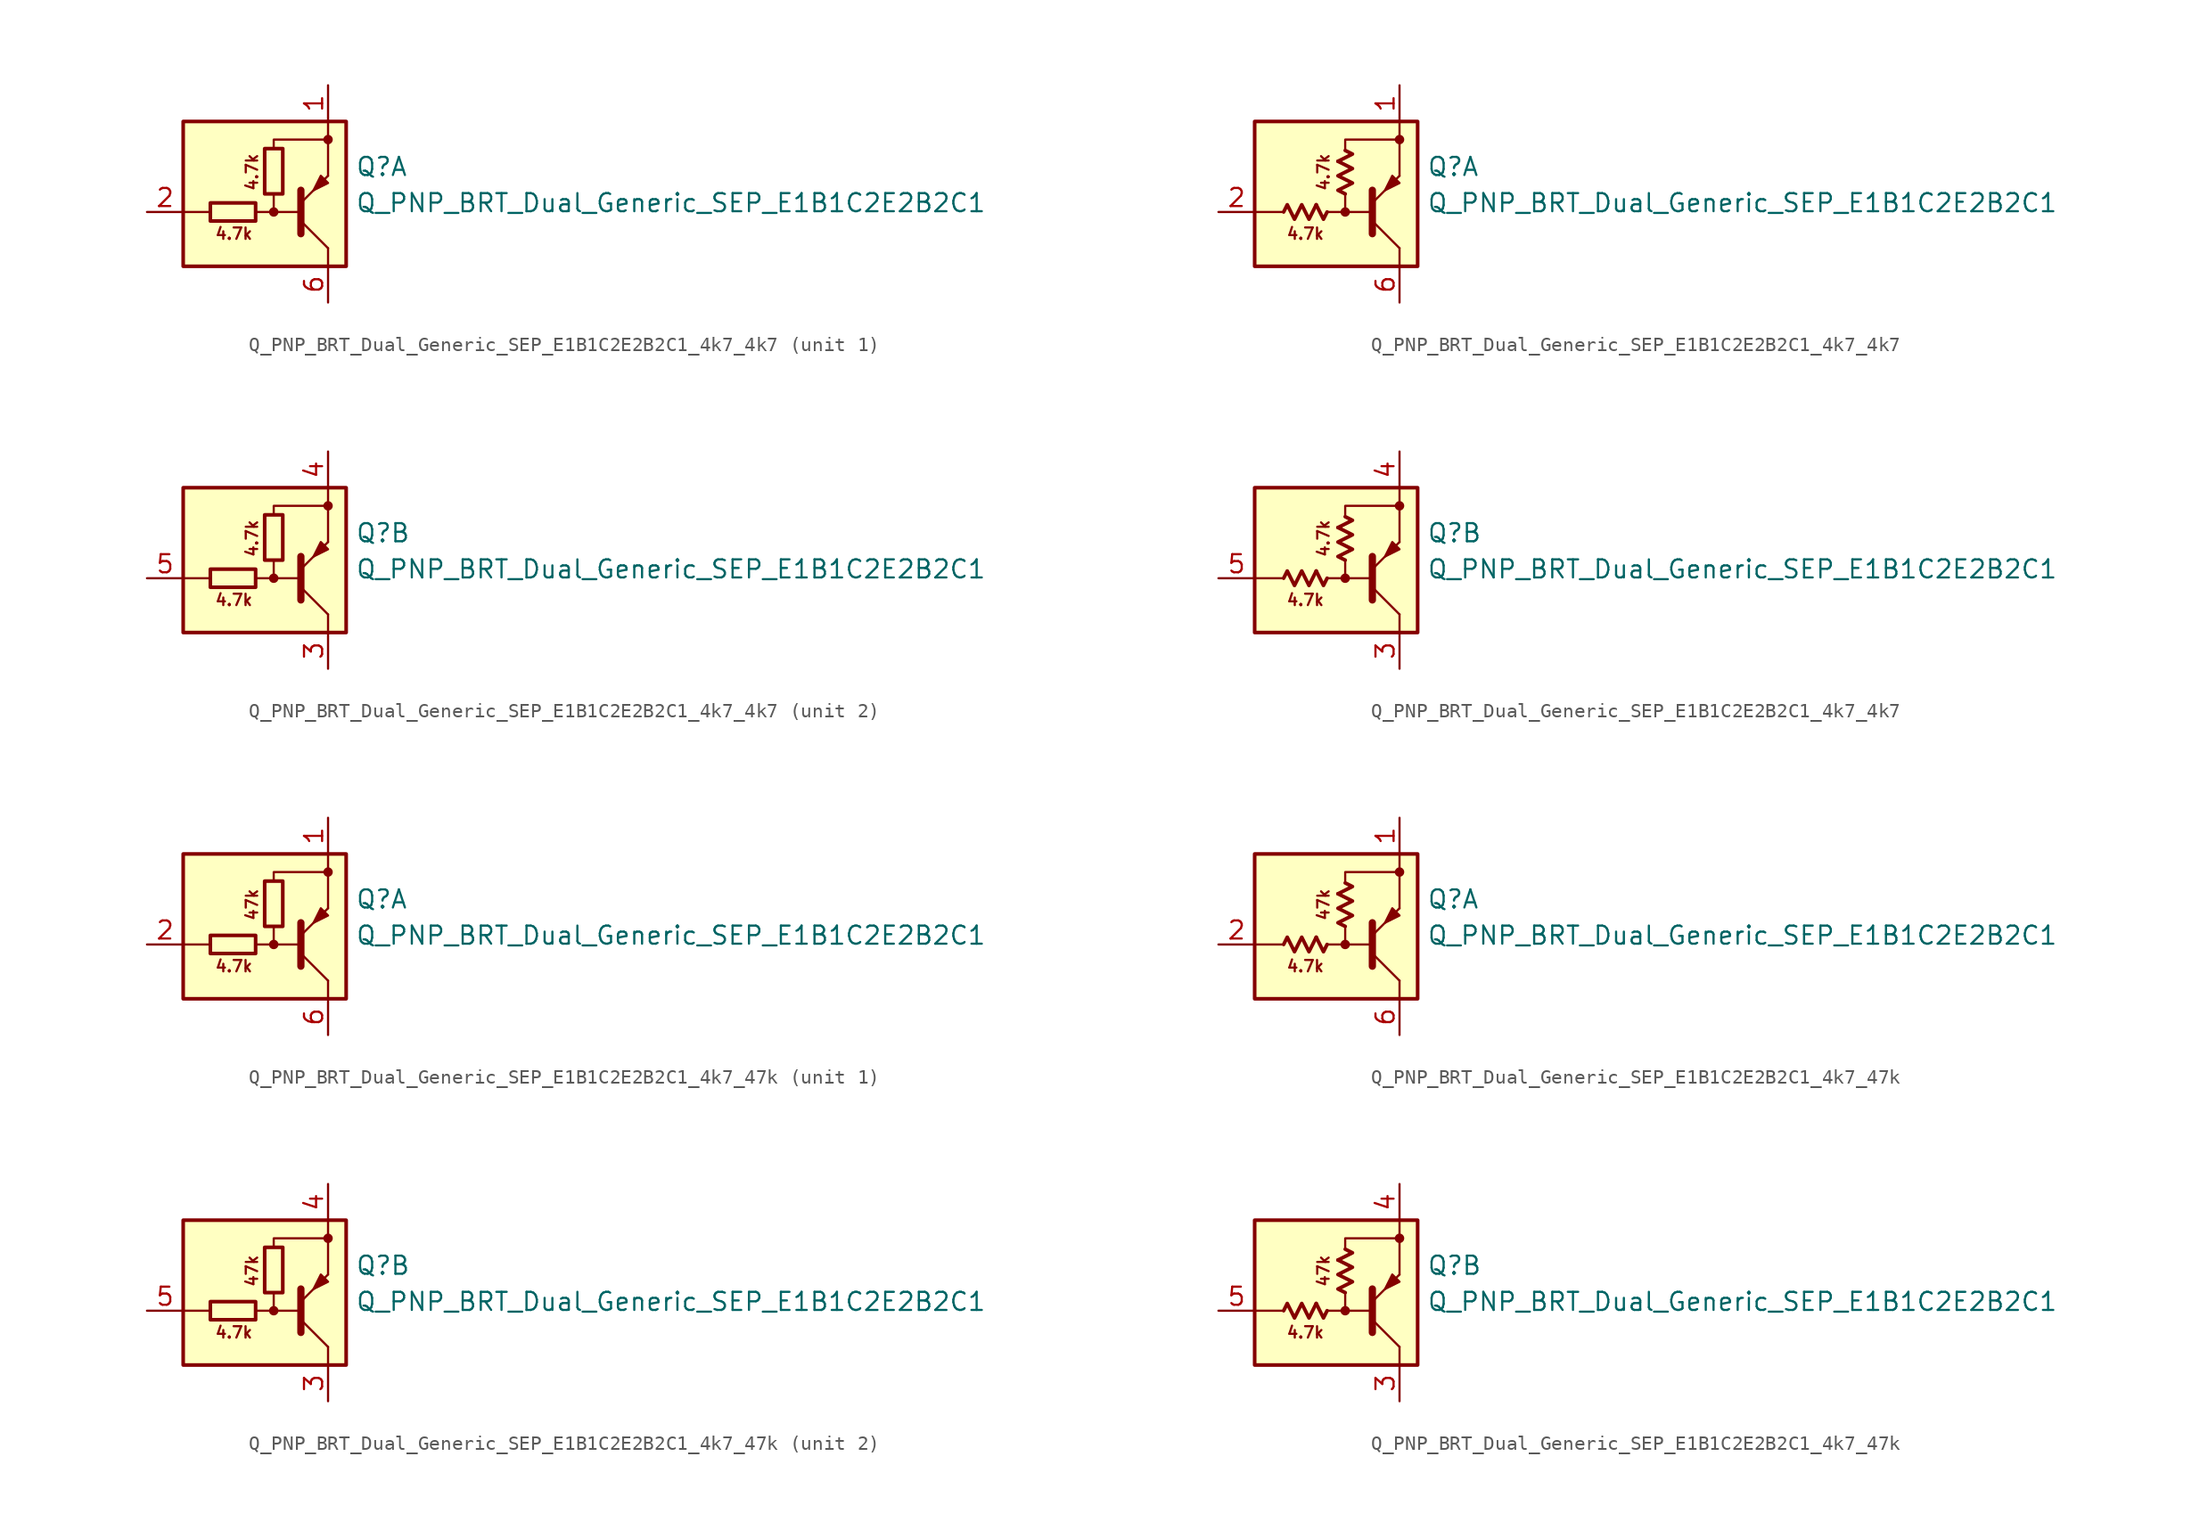
<source format=kicad_sym>
(kicad_symbol_lib
  (version 20220914)
  (generator kicad_symbol_editor)
  (symbol "Q_PNP_BRT_Dual_Generic_SEP_E1B1C2E2B2C1_4k7_4k7"
    (pin_names
      (offset 1.016) hide)
    (property "Reference" "Q"
      (at 5.715 1.905 0)
      (effects (font (size 1.27 1.27)) (justify left)))
    (property "Value" "Q_PNP_BRT_Dual_Generic_SEP_E1B1C2E2B2C1"
      (at 5.715 -0.635 0)
      (effects (font (size 1.27 1.27)) (justify left)))
    (property "ki_locked" ""
      (at 0 0 0)
      (effects (font (size 1.27 1.27))))
    (symbol "Q_PNP_BRT_Dual_Generic_SEP_E1B1C2E2B2C1_4k7_4k7_0_2"
      (polyline (pts (xy -2.032 -0.762) (xy -1.524 -1.778) (xy -1.27 -1.27)) (stroke (width 0.254) (type default)) (fill (type none)))
      (polyline (pts (xy -0.508 2.286) (xy 0.508 2.794) (xy 0 3.048)) (stroke (width 0.254) (type default)) (fill (type none)))
      (polyline (pts (xy -4.318 -1.27) (xy -4.064 -0.762) (xy -3.556 -1.778) (xy -3.048 -0.762) (xy -2.54 -1.778) (xy -2.032 -0.762)) (stroke (width 0.254) (type default)) (fill (type none)))
      (polyline (pts (xy 0 0) (xy -0.508 0.254) (xy 0.508 0.762) (xy -0.508 1.27) (xy 0.508 1.778) (xy -0.508 2.286)) (stroke (width 0.254) (type default)) (fill (type none))))
    (symbol "Q_PNP_BRT_Dual_Generic_SEP_E1B1C2E2B2C1_4k7_4k7_1_0"
      (rectangle (start -6.35 5.08) (end 5.08 -5.08) (stroke (width 0.254) (type default)) (fill (type background)))
      (circle (center 0 -1.27) (radius 0.254) (stroke (width 0) (type default)) (fill (type outline)))
      (polyline (pts (xy -4.445 -1.27) (xy -6.35 -1.27)) (stroke (width 0) (type default)) (fill (type none)))
      (polyline (pts (xy -0.254 -1.27) (xy 1.905 -1.27)) (stroke (width 0) (type default)) (fill (type none)))
      (polyline (pts (xy 1.905 -2.794) (xy 1.905 0.254)) (stroke (width 0.508) (type default)) (fill (type none)))
      (polyline (pts (xy 1.905 -1.905) (xy 3.81 -3.81)) (stroke (width 0) (type default)) (fill (type none)))
      (polyline (pts (xy 3.81 -3.81) (xy 3.81 -5.08)) (stroke (width 0) (type default)) (fill (type none)))
      (polyline (pts (xy 3.81 3.81) (xy 3.81 1.27)) (stroke (width 0) (type default)) (fill (type none)))
      (polyline (pts (xy 3.81 3.81) (xy 3.81 5.08)) (stroke (width 0) (type default)) (fill (type none)))
      (polyline (pts (xy -1.27 -1.27) (xy 0 -1.27) (xy 0 0)) (stroke (width 0) (type default)) (fill (type none)))
      (polyline (pts (xy 0 3.175) (xy 0 3.81) (xy 3.81 3.81)) (stroke (width 0) (type default)) (fill (type none)))
      (polyline (pts (xy 1.905 -0.635) (xy 3.81 1.27) (xy 3.81 1.27)) (stroke (width 0) (type default)) (fill (type none)))
      (polyline (pts (xy 3.81 0.762) (xy 3.302 1.27) (xy 2.794 0.254) (xy 3.81 0.762) (xy 3.81 0.762)) (stroke (width 0) (type default)) (fill (type outline)))
      (circle (center 3.81 3.81) (radius 0.254) (stroke (width 0) (type default)) (fill (type outline)))
      (text "4.7k" (at -2.794 -2.794 0) (effects (font (size 0.8 0.8))))
      (text "4.7k" (at -1.524 1.524 900) (effects (font (size 0.8 0.8)))))
    (symbol "Q_PNP_BRT_Dual_Generic_SEP_E1B1C2E2B2C1_4k7_4k7_1_1"
      (rectangle (start -1.27 -0.635) (end -4.445 -1.905) (stroke (width 0.254) (type default)) (fill (type none)))
      (rectangle (start 0.635 3.175) (end -0.635 0) (stroke (width 0.254) (type default)) (fill (type none)))
      (pin passive line (at 3.81 7.62 270) (length 2.54) (name "E1" (effects (font (size 1.27 1.27)))) (number "1" (effects (font (size 1.27 1.27)))))
      (pin input line (at -8.89 -1.27 0) (length 2.54) (name "B1" (effects (font (size 1.27 1.27)))) (number "2" (effects (font (size 1.27 1.27)))))
      (pin passive line (at 3.81 -7.62 90) (length 2.54) (name "C1" (effects (font (size 1.27 1.27)))) (number "6" (effects (font (size 1.27 1.27))))))
    (symbol "Q_PNP_BRT_Dual_Generic_SEP_E1B1C2E2B2C1_4k7_4k7_1_2"
      (pin passive line (at 3.81 7.62 270) (length 2.54) (name "E1" (effects (font (size 1.27 1.27)))) (number "1" (effects (font (size 1.27 1.27)))))
      (pin input line (at -8.89 -1.27 0) (length 2.54) (name "B1" (effects (font (size 1.27 1.27)))) (number "2" (effects (font (size 1.27 1.27)))))
      (pin passive line (at 3.81 -7.62 90) (length 2.54) (name "C1" (effects (font (size 1.27 1.27)))) (number "6" (effects (font (size 1.27 1.27))))))
    (symbol "Q_PNP_BRT_Dual_Generic_SEP_E1B1C2E2B2C1_4k7_4k7_2_0"
      (rectangle (start -6.35 5.08) (end 5.08 -5.08) (stroke (width 0.254) (type default)) (fill (type background)))
      (circle (center 0 -1.27) (radius 0.254) (stroke (width 0) (type default)) (fill (type outline)))
      (polyline (pts (xy -4.445 -1.27) (xy -6.35 -1.27)) (stroke (width 0) (type default)) (fill (type none)))
      (polyline (pts (xy -0.254 -1.27) (xy 1.905 -1.27)) (stroke (width 0) (type default)) (fill (type none)))
      (polyline (pts (xy 1.905 -2.794) (xy 1.905 0.254)) (stroke (width 0.508) (type default)) (fill (type none)))
      (polyline (pts (xy 1.905 -1.905) (xy 3.81 -3.81)) (stroke (width 0) (type default)) (fill (type none)))
      (polyline (pts (xy 3.81 -3.81) (xy 3.81 -5.08)) (stroke (width 0) (type default)) (fill (type none)))
      (polyline (pts (xy 3.81 3.81) (xy 3.81 1.27)) (stroke (width 0) (type default)) (fill (type none)))
      (polyline (pts (xy 3.81 3.81) (xy 3.81 5.08)) (stroke (width 0) (type default)) (fill (type none)))
      (polyline (pts (xy -1.27 -1.27) (xy 0 -1.27) (xy 0 0)) (stroke (width 0) (type default)) (fill (type none)))
      (polyline (pts (xy 0 3.175) (xy 0 3.81) (xy 3.81 3.81)) (stroke (width 0) (type default)) (fill (type none)))
      (polyline (pts (xy 1.905 -0.635) (xy 3.81 1.27) (xy 3.81 1.27)) (stroke (width 0) (type default)) (fill (type none)))
      (polyline (pts (xy 3.81 0.762) (xy 3.302 1.27) (xy 2.794 0.254) (xy 3.81 0.762) (xy 3.81 0.762)) (stroke (width 0) (type default)) (fill (type outline)))
      (circle (center 3.81 3.81) (radius 0.254) (stroke (width 0) (type default)) (fill (type outline)))
      (text "4.7k" (at -2.794 -2.794 0) (effects (font (size 0.8 0.8))))
      (text "4.7k" (at -1.524 1.524 900) (effects (font (size 0.8 0.8)))))
    (symbol "Q_PNP_BRT_Dual_Generic_SEP_E1B1C2E2B2C1_4k7_4k7_2_1"
      (rectangle (start -4.445 -0.635) (end -1.27 -1.905) (stroke (width 0.254) (type default)) (fill (type none)))
      (rectangle (start 0.635 3.175) (end -0.635 0) (stroke (width 0.254) (type default)) (fill (type none)))
      (pin passive line (at 3.81 -7.62 90) (length 2.54) (name "C2" (effects (font (size 1.27 1.27)))) (number "3" (effects (font (size 1.27 1.27)))))
      (pin passive line (at 3.81 7.62 270) (length 2.54) (name "E2" (effects (font (size 1.27 1.27)))) (number "4" (effects (font (size 1.27 1.27)))))
      (pin input line (at -8.89 -1.27 0) (length 2.54) (name "B2" (effects (font (size 1.27 1.27)))) (number "5" (effects (font (size 1.27 1.27))))))
    (symbol "Q_PNP_BRT_Dual_Generic_SEP_E1B1C2E2B2C1_4k7_4k7_2_2"
      (pin passive line (at 3.81 -7.62 90) (length 2.54) (name "C2" (effects (font (size 1.27 1.27)))) (number "3" (effects (font (size 1.27 1.27)))))
      (pin passive line (at 3.81 7.62 270) (length 2.54) (name "E2" (effects (font (size 1.27 1.27)))) (number "4" (effects (font (size 1.27 1.27)))))
      (pin input line (at -8.89 -1.27 0) (length 2.54) (name "B2" (effects (font (size 1.27 1.27)))) (number "5" (effects (font (size 1.27 1.27)))))))
  (symbol "Q_PNP_BRT_Dual_Generic_SEP_E1B1C2E2B2C1_4k7_47k"
    (pin_names
      (offset 1.016) hide)
    (property "Reference" "Q"
      (at 5.715 1.905 0)
      (effects (font (size 1.27 1.27)) (justify left)))
    (property "Value" "Q_PNP_BRT_Dual_Generic_SEP_E1B1C2E2B2C1"
      (at 5.715 -0.635 0)
      (effects (font (size 1.27 1.27)) (justify left)))
    (property "ki_locked" ""
      (at 0 0 0)
      (effects (font (size 1.27 1.27))))
    (symbol "Q_PNP_BRT_Dual_Generic_SEP_E1B1C2E2B2C1_4k7_47k_0_2"
      (polyline (pts (xy -2.032 -0.762) (xy -1.524 -1.778) (xy -1.27 -1.27)) (stroke (width 0.254) (type default)) (fill (type none)))
      (polyline (pts (xy -0.508 2.286) (xy 0.508 2.794) (xy 0 3.048)) (stroke (width 0.254) (type default)) (fill (type none)))
      (polyline (pts (xy -4.318 -1.27) (xy -4.064 -0.762) (xy -3.556 -1.778) (xy -3.048 -0.762) (xy -2.54 -1.778) (xy -2.032 -0.762)) (stroke (width 0.254) (type default)) (fill (type none)))
      (polyline (pts (xy 0 0) (xy -0.508 0.254) (xy 0.508 0.762) (xy -0.508 1.27) (xy 0.508 1.778) (xy -0.508 2.286)) (stroke (width 0.254) (type default)) (fill (type none))))
    (symbol "Q_PNP_BRT_Dual_Generic_SEP_E1B1C2E2B2C1_4k7_47k_1_0"
      (rectangle (start -6.35 5.08) (end 5.08 -5.08) (stroke (width 0.254) (type default)) (fill (type background)))
      (circle (center 0 -1.27) (radius 0.254) (stroke (width 0) (type default)) (fill (type outline)))
      (polyline (pts (xy -4.445 -1.27) (xy -6.35 -1.27)) (stroke (width 0) (type default)) (fill (type none)))
      (polyline (pts (xy -0.254 -1.27) (xy 1.905 -1.27)) (stroke (width 0) (type default)) (fill (type none)))
      (polyline (pts (xy 1.905 -2.794) (xy 1.905 0.254)) (stroke (width 0.508) (type default)) (fill (type none)))
      (polyline (pts (xy 1.905 -1.905) (xy 3.81 -3.81)) (stroke (width 0) (type default)) (fill (type none)))
      (polyline (pts (xy 3.81 -3.81) (xy 3.81 -5.08)) (stroke (width 0) (type default)) (fill (type none)))
      (polyline (pts (xy 3.81 3.81) (xy 3.81 1.27)) (stroke (width 0) (type default)) (fill (type none)))
      (polyline (pts (xy 3.81 3.81) (xy 3.81 5.08)) (stroke (width 0) (type default)) (fill (type none)))
      (polyline (pts (xy -1.27 -1.27) (xy 0 -1.27) (xy 0 0)) (stroke (width 0) (type default)) (fill (type none)))
      (polyline (pts (xy 0 3.175) (xy 0 3.81) (xy 3.81 3.81)) (stroke (width 0) (type default)) (fill (type none)))
      (polyline (pts (xy 1.905 -0.635) (xy 3.81 1.27) (xy 3.81 1.27)) (stroke (width 0) (type default)) (fill (type none)))
      (polyline (pts (xy 3.81 0.762) (xy 3.302 1.27) (xy 2.794 0.254) (xy 3.81 0.762) (xy 3.81 0.762)) (stroke (width 0) (type default)) (fill (type outline)))
      (circle (center 3.81 3.81) (radius 0.254) (stroke (width 0) (type default)) (fill (type outline)))
      (text "4.7k" (at -2.794 -2.794 0) (effects (font (size 0.8 0.8))))
      (text "47k" (at -1.524 1.524 900) (effects (font (size 0.8 0.8)))))
    (symbol "Q_PNP_BRT_Dual_Generic_SEP_E1B1C2E2B2C1_4k7_47k_1_1"
      (rectangle (start -1.27 -0.635) (end -4.445 -1.905) (stroke (width 0.254) (type default)) (fill (type none)))
      (rectangle (start 0.635 3.175) (end -0.635 0) (stroke (width 0.254) (type default)) (fill (type none)))
      (pin passive line (at 3.81 7.62 270) (length 2.54) (name "E1" (effects (font (size 1.27 1.27)))) (number "1" (effects (font (size 1.27 1.27)))))
      (pin input line (at -8.89 -1.27 0) (length 2.54) (name "B1" (effects (font (size 1.27 1.27)))) (number "2" (effects (font (size 1.27 1.27)))))
      (pin passive line (at 3.81 -7.62 90) (length 2.54) (name "C1" (effects (font (size 1.27 1.27)))) (number "6" (effects (font (size 1.27 1.27))))))
    (symbol "Q_PNP_BRT_Dual_Generic_SEP_E1B1C2E2B2C1_4k7_47k_1_2"
      (pin passive line (at 3.81 7.62 270) (length 2.54) (name "E1" (effects (font (size 1.27 1.27)))) (number "1" (effects (font (size 1.27 1.27)))))
      (pin input line (at -8.89 -1.27 0) (length 2.54) (name "B1" (effects (font (size 1.27 1.27)))) (number "2" (effects (font (size 1.27 1.27)))))
      (pin passive line (at 3.81 -7.62 90) (length 2.54) (name "C1" (effects (font (size 1.27 1.27)))) (number "6" (effects (font (size 1.27 1.27))))))
    (symbol "Q_PNP_BRT_Dual_Generic_SEP_E1B1C2E2B2C1_4k7_47k_2_0"
      (rectangle (start -6.35 5.08) (end 5.08 -5.08) (stroke (width 0.254) (type default)) (fill (type background)))
      (circle (center 0 -1.27) (radius 0.254) (stroke (width 0) (type default)) (fill (type outline)))
      (polyline (pts (xy -4.445 -1.27) (xy -6.35 -1.27)) (stroke (width 0) (type default)) (fill (type none)))
      (polyline (pts (xy -0.254 -1.27) (xy 1.905 -1.27)) (stroke (width 0) (type default)) (fill (type none)))
      (polyline (pts (xy 1.905 -2.794) (xy 1.905 0.254)) (stroke (width 0.508) (type default)) (fill (type none)))
      (polyline (pts (xy 1.905 -1.905) (xy 3.81 -3.81)) (stroke (width 0) (type default)) (fill (type none)))
      (polyline (pts (xy 3.81 -3.81) (xy 3.81 -5.08)) (stroke (width 0) (type default)) (fill (type none)))
      (polyline (pts (xy 3.81 3.81) (xy 3.81 1.27)) (stroke (width 0) (type default)) (fill (type none)))
      (polyline (pts (xy 3.81 3.81) (xy 3.81 5.08)) (stroke (width 0) (type default)) (fill (type none)))
      (polyline (pts (xy -1.27 -1.27) (xy 0 -1.27) (xy 0 0)) (stroke (width 0) (type default)) (fill (type none)))
      (polyline (pts (xy 0 3.175) (xy 0 3.81) (xy 3.81 3.81)) (stroke (width 0) (type default)) (fill (type none)))
      (polyline (pts (xy 1.905 -0.635) (xy 3.81 1.27) (xy 3.81 1.27)) (stroke (width 0) (type default)) (fill (type none)))
      (polyline (pts (xy 3.81 0.762) (xy 3.302 1.27) (xy 2.794 0.254) (xy 3.81 0.762) (xy 3.81 0.762)) (stroke (width 0) (type default)) (fill (type outline)))
      (circle (center 3.81 3.81) (radius 0.254) (stroke (width 0) (type default)) (fill (type outline)))
      (text "4.7k" (at -2.794 -2.794 0) (effects (font (size 0.8 0.8))))
      (text "47k" (at -1.524 1.524 900) (effects (font (size 0.8 0.8)))))
    (symbol "Q_PNP_BRT_Dual_Generic_SEP_E1B1C2E2B2C1_4k7_47k_2_1"
      (rectangle (start -4.445 -0.635) (end -1.27 -1.905) (stroke (width 0.254) (type default)) (fill (type none)))
      (rectangle (start 0.635 3.175) (end -0.635 0) (stroke (width 0.254) (type default)) (fill (type none)))
      (pin passive line (at 3.81 -7.62 90) (length 2.54) (name "C2" (effects (font (size 1.27 1.27)))) (number "3" (effects (font (size 1.27 1.27)))))
      (pin passive line (at 3.81 7.62 270) (length 2.54) (name "E2" (effects (font (size 1.27 1.27)))) (number "4" (effects (font (size 1.27 1.27)))))
      (pin input line (at -8.89 -1.27 0) (length 2.54) (name "B2" (effects (font (size 1.27 1.27)))) (number "5" (effects (font (size 1.27 1.27))))))
    (symbol "Q_PNP_BRT_Dual_Generic_SEP_E1B1C2E2B2C1_4k7_47k_2_2"
      (pin passive line (at 3.81 -7.62 90) (length 2.54) (name "C2" (effects (font (size 1.27 1.27)))) (number "3" (effects (font (size 1.27 1.27)))))
      (pin passive line (at 3.81 7.62 270) (length 2.54) (name "E2" (effects (font (size 1.27 1.27)))) (number "4" (effects (font (size 1.27 1.27)))))
      (pin input line (at -8.89 -1.27 0) (length 2.54) (name "B2" (effects (font (size 1.27 1.27)))) (number "5" (effects (font (size 1.27 1.27))))))))
</source>
